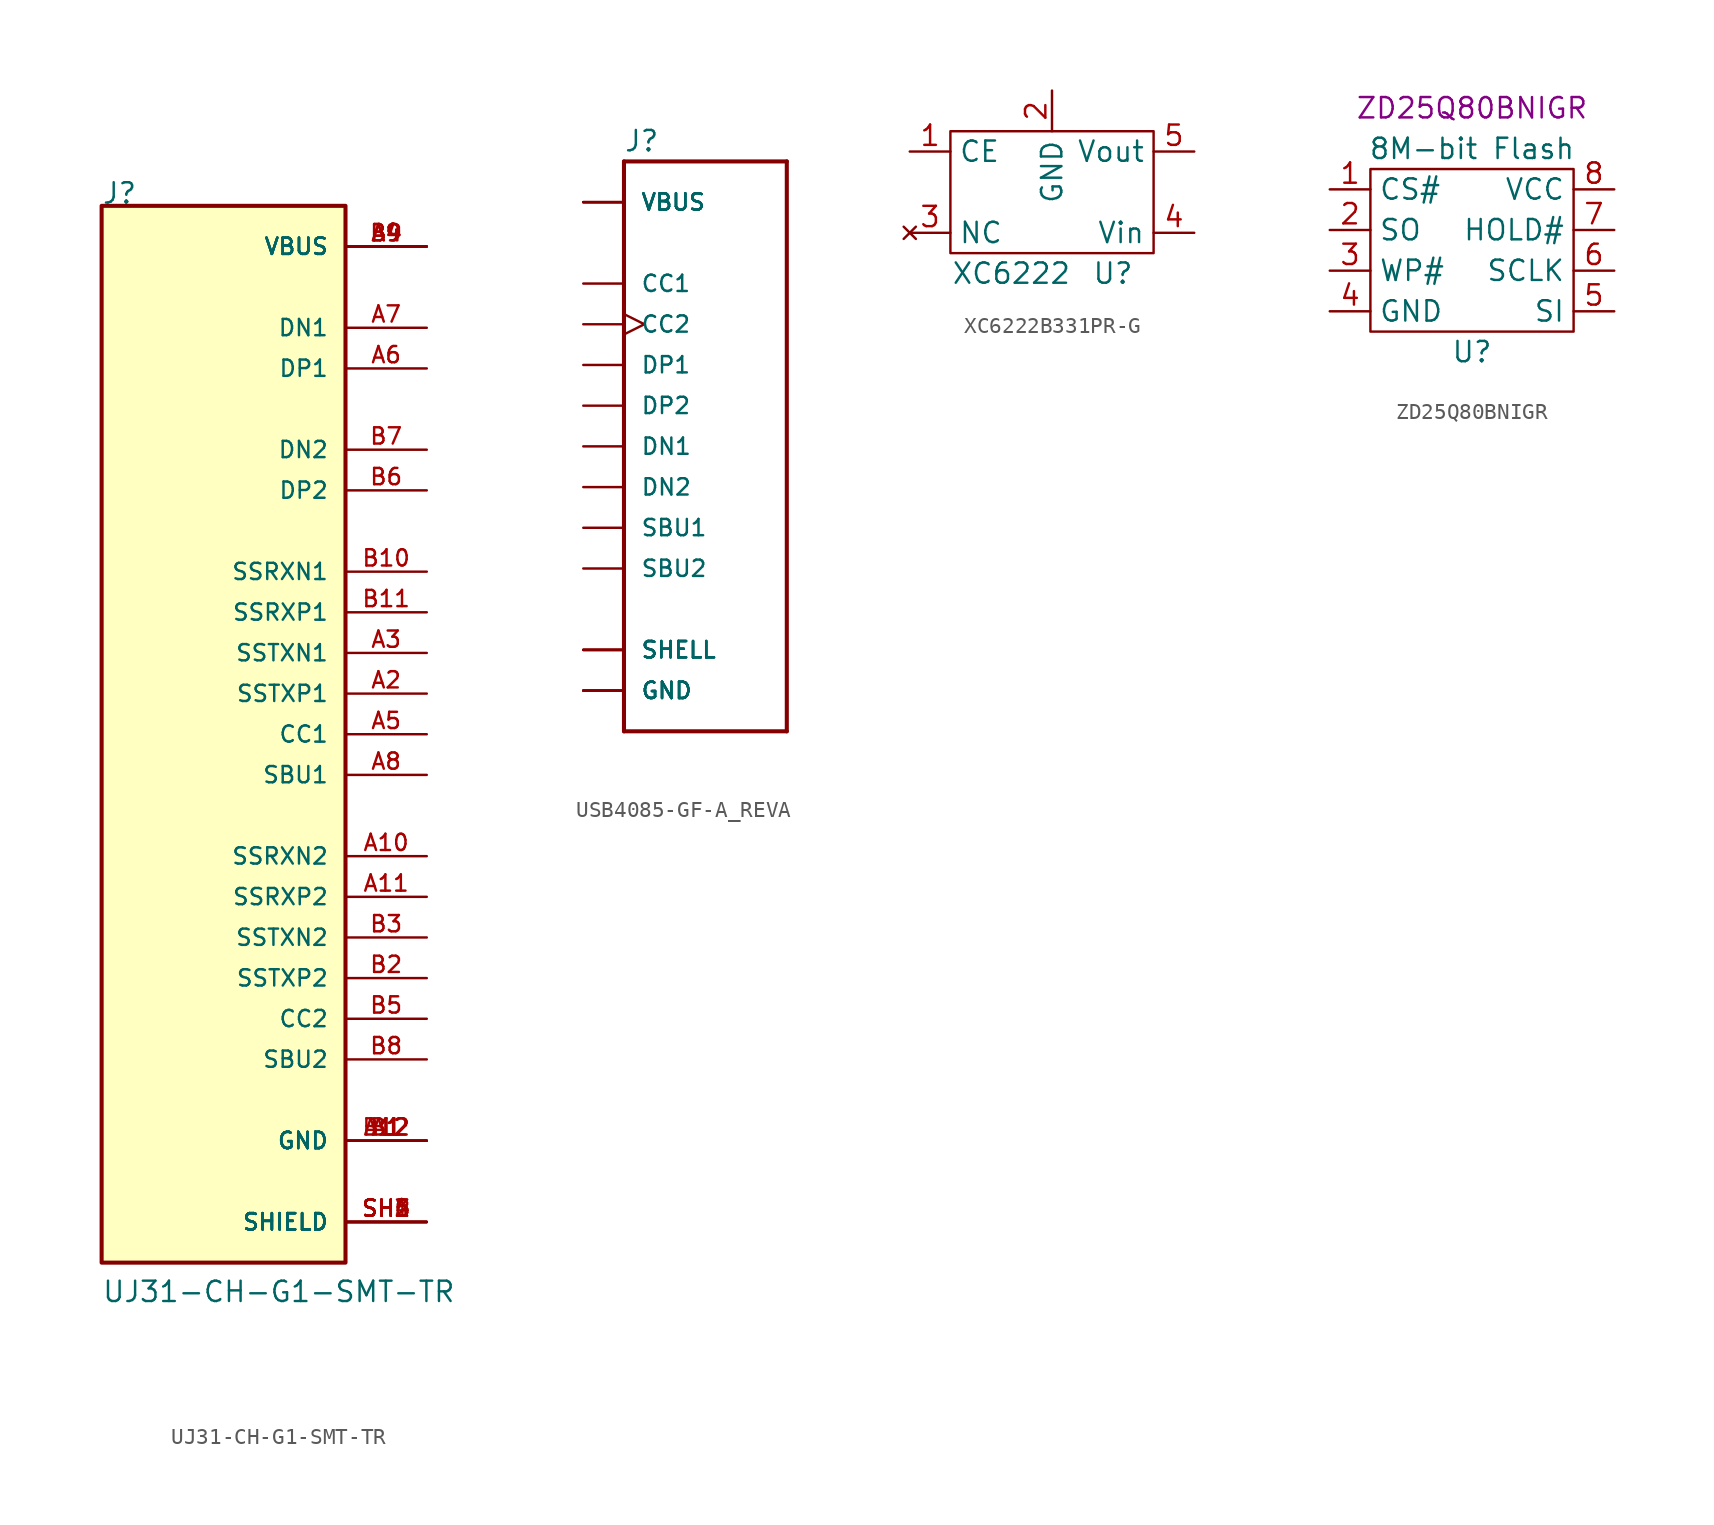
<source format=kicad_sym>
(kicad_symbol_lib
  (version 20231120)
  (generator "kicad_symbol_editor")
  (generator_version "8.0")
  (symbol "UJ31-CH-G1-SMT-TR"
    (pin_names
      (offset 1.016))
    (property "Reference" "J"
      (at -7.63 33.063 0)
      (effects (font (size 1.27 1.27)) (justify left bottom)))
    (property "Value" "UJ31-CH-G1-SMT-TR"
      (at -7.624 -35.581 0)
      (effects (font (size 1.27 1.27)) (justify left bottom)))
    (symbol "UJ31-CH-G1-SMT-TR_0_0"
      (rectangle (start -7.62 -33.02) (end 7.62 33.02) (stroke (width 0.254) (type default)) (fill (type background)))
      (pin power_in line (at 12.7 -25.4 180) (length 5.08) (name "GND" (effects (font (size 1.016 1.016)))) (number "A1" (effects (font (size 1.016 1.016)))))
      (pin bidirectional line (at 12.7 -7.62 180) (length 5.08) (name "SSRXN2" (effects (font (size 1.016 1.016)))) (number "A10" (effects (font (size 1.016 1.016)))))
      (pin bidirectional line (at 12.7 -10.16 180) (length 5.08) (name "SSRXP2" (effects (font (size 1.016 1.016)))) (number "A11" (effects (font (size 1.016 1.016)))))
      (pin power_in line (at 12.7 -25.4 180) (length 5.08) (name "GND" (effects (font (size 1.016 1.016)))) (number "A12" (effects (font (size 1.016 1.016)))))
      (pin bidirectional line (at 12.7 2.54 180) (length 5.08) (name "SSTXP1" (effects (font (size 1.016 1.016)))) (number "A2" (effects (font (size 1.016 1.016)))))
      (pin bidirectional line (at 12.7 5.08 180) (length 5.08) (name "SSTXN1" (effects (font (size 1.016 1.016)))) (number "A3" (effects (font (size 1.016 1.016)))))
      (pin power_in line (at 12.7 30.48 180) (length 5.08) (name "VBUS" (effects (font (size 1.016 1.016)))) (number "A4" (effects (font (size 1.016 1.016)))))
      (pin bidirectional line (at 12.7 0 180) (length 5.08) (name "CC1" (effects (font (size 1.016 1.016)))) (number "A5" (effects (font (size 1.016 1.016)))))
      (pin bidirectional line (at 12.7 22.86 180) (length 5.08) (name "DP1" (effects (font (size 1.016 1.016)))) (number "A6" (effects (font (size 1.016 1.016)))))
      (pin bidirectional line (at 12.7 25.4 180) (length 5.08) (name "DN1" (effects (font (size 1.016 1.016)))) (number "A7" (effects (font (size 1.016 1.016)))))
      (pin bidirectional line (at 12.7 -2.54 180) (length 5.08) (name "SBU1" (effects (font (size 1.016 1.016)))) (number "A8" (effects (font (size 1.016 1.016)))))
      (pin power_in line (at 12.7 30.48 180) (length 5.08) (name "VBUS" (effects (font (size 1.016 1.016)))) (number "A9" (effects (font (size 1.016 1.016)))))
      (pin power_in line (at 12.7 -25.4 180) (length 5.08) (name "GND" (effects (font (size 1.016 1.016)))) (number "B1" (effects (font (size 1.016 1.016)))))
      (pin bidirectional line (at 12.7 10.16 180) (length 5.08) (name "SSRXN1" (effects (font (size 1.016 1.016)))) (number "B10" (effects (font (size 1.016 1.016)))))
      (pin bidirectional line (at 12.7 7.62 180) (length 5.08) (name "SSRXP1" (effects (font (size 1.016 1.016)))) (number "B11" (effects (font (size 1.016 1.016)))))
      (pin power_in line (at 12.7 -25.4 180) (length 5.08) (name "GND" (effects (font (size 1.016 1.016)))) (number "B12" (effects (font (size 1.016 1.016)))))
      (pin bidirectional line (at 12.7 -15.24 180) (length 5.08) (name "SSTXP2" (effects (font (size 1.016 1.016)))) (number "B2" (effects (font (size 1.016 1.016)))))
      (pin bidirectional line (at 12.7 -12.7 180) (length 5.08) (name "SSTXN2" (effects (font (size 1.016 1.016)))) (number "B3" (effects (font (size 1.016 1.016)))))
      (pin power_in line (at 12.7 30.48 180) (length 5.08) (name "VBUS" (effects (font (size 1.016 1.016)))) (number "B4" (effects (font (size 1.016 1.016)))))
      (pin bidirectional line (at 12.7 -17.78 180) (length 5.08) (name "CC2" (effects (font (size 1.016 1.016)))) (number "B5" (effects (font (size 1.016 1.016)))))
      (pin bidirectional line (at 12.7 15.24 180) (length 5.08) (name "DP2" (effects (font (size 1.016 1.016)))) (number "B6" (effects (font (size 1.016 1.016)))))
      (pin bidirectional line (at 12.7 17.78 180) (length 5.08) (name "DN2" (effects (font (size 1.016 1.016)))) (number "B7" (effects (font (size 1.016 1.016)))))
      (pin bidirectional line (at 12.7 -20.32 180) (length 5.08) (name "SBU2" (effects (font (size 1.016 1.016)))) (number "B8" (effects (font (size 1.016 1.016)))))
      (pin power_in line (at 12.7 30.48 180) (length 5.08) (name "VBUS" (effects (font (size 1.016 1.016)))) (number "B9" (effects (font (size 1.016 1.016)))))
      (pin power_in line (at 12.7 -30.48 180) (length 5.08) (name "SHIELD" (effects (font (size 1.016 1.016)))) (number "SH1" (effects (font (size 1.016 1.016)))))
      (pin power_in line (at 12.7 -30.48 180) (length 5.08) (name "SHIELD" (effects (font (size 1.016 1.016)))) (number "SH2" (effects (font (size 1.016 1.016)))))
      (pin power_in line (at 12.7 -30.48 180) (length 5.08) (name "SHIELD" (effects (font (size 1.016 1.016)))) (number "SH3" (effects (font (size 1.016 1.016)))))
      (pin power_in line (at 12.7 -30.48 180) (length 5.08) (name "SHIELD" (effects (font (size 1.016 1.016)))) (number "SH4" (effects (font (size 1.016 1.016)))))
      (pin power_in line (at 12.7 -30.48 180) (length 5.08) (name "SHIELD" (effects (font (size 1.016 1.016)))) (number "SH5" (effects (font (size 1.016 1.016)))))
      (pin power_in line (at 12.7 -30.48 180) (length 5.08) (name "SHIELD" (effects (font (size 1.016 1.016)))) (number "SH6" (effects (font (size 1.016 1.016)))))))
  (symbol "USB4085-GF-A_REVA"
    (pin_numbers hide)
    (pin_names
      (offset 1.016))
    (property "Reference" "J"
      (at -5.105 18.313 0)
      (effects (font (size 1.27 1.27)) (justify left bottom)))
    (symbol "USB4085-GF-A_REVA_0_0"
      (polyline (pts (xy -5.08 -17.78) (xy -5.08 17.78)) (stroke (width 0.254) (type default)) (fill (type none)))
      (polyline (pts (xy -5.08 17.78) (xy 5.08 17.78)) (stroke (width 0.254) (type default)) (fill (type none)))
      (polyline (pts (xy 5.08 -17.78) (xy -5.08 -17.78)) (stroke (width 0.254) (type default)) (fill (type none)))
      (polyline (pts (xy 5.08 17.78) (xy 5.08 -17.78)) (stroke (width 0.254) (type default)) (fill (type none)))
      (pin passive line (at -7.62 -15.24 0) (length 2.54) (name "GND" (effects (font (size 1.016 1.016)))) (number "A1" (effects (font (size 1.016 1.016)))))
      (pin passive line (at -7.62 -15.24 0) (length 2.54) (name "GND" (effects (font (size 1.016 1.016)))) (number "A12" (effects (font (size 1.016 1.016)))))
      (pin power_in line (at -7.62 15.24 0) (length 2.54) (name "VBUS" (effects (font (size 1.016 1.016)))) (number "A4" (effects (font (size 1.016 1.016)))))
      (pin bidirectional line (at -7.62 10.16 0) (length 2.54) (name "CC1" (effects (font (size 1.016 1.016)))) (number "A5" (effects (font (size 1.016 1.016)))))
      (pin bidirectional line (at -7.62 5.08 0) (length 2.54) (name "DP1" (effects (font (size 1.016 1.016)))) (number "A6" (effects (font (size 1.016 1.016)))))
      (pin bidirectional line (at -7.62 0 0) (length 2.54) (name "DN1" (effects (font (size 1.016 1.016)))) (number "A7" (effects (font (size 1.016 1.016)))))
      (pin bidirectional line (at -7.62 -5.08 0) (length 2.54) (name "SBU1" (effects (font (size 1.016 1.016)))) (number "A8" (effects (font (size 1.016 1.016)))))
      (pin power_in line (at -7.62 15.24 0) (length 2.54) (name "VBUS" (effects (font (size 1.016 1.016)))) (number "A9" (effects (font (size 1.016 1.016)))))
      (pin passive line (at -7.62 -15.24 0) (length 2.54) (name "GND" (effects (font (size 1.016 1.016)))) (number "B1" (effects (font (size 1.016 1.016)))))
      (pin passive line (at -7.62 -15.24 0) (length 2.54) (name "GND" (effects (font (size 1.016 1.016)))) (number "B12" (effects (font (size 1.016 1.016)))))
      (pin power_in line (at -7.62 15.24 0) (length 2.54) (name "VBUS" (effects (font (size 1.016 1.016)))) (number "B4" (effects (font (size 1.016 1.016)))))
      (pin bidirectional clock (at -7.62 7.62 0) (length 2.54) (name "CC2" (effects (font (size 1.016 1.016)))) (number "B5" (effects (font (size 1.016 1.016)))))
      (pin bidirectional line (at -7.62 2.54 0) (length 2.54) (name "DP2" (effects (font (size 1.016 1.016)))) (number "B6" (effects (font (size 1.016 1.016)))))
      (pin bidirectional line (at -7.62 -2.54 0) (length 2.54) (name "DN2" (effects (font (size 1.016 1.016)))) (number "B7" (effects (font (size 1.016 1.016)))))
      (pin bidirectional line (at -7.62 -7.62 0) (length 2.54) (name "SBU2" (effects (font (size 1.016 1.016)))) (number "B8" (effects (font (size 1.016 1.016)))))
      (pin power_in line (at -7.62 15.24 0) (length 2.54) (name "VBUS" (effects (font (size 1.016 1.016)))) (number "B9" (effects (font (size 1.016 1.016)))))
      (pin passive line (at -7.62 -12.7 0) (length 2.54) (name "SHELL" (effects (font (size 1.016 1.016)))) (number "P1" (effects (font (size 1.016 1.016)))))
      (pin passive line (at -7.62 -12.7 0) (length 2.54) (name "SHELL" (effects (font (size 1.016 1.016)))) (number "P2" (effects (font (size 1.016 1.016)))))
      (pin passive line (at -7.62 -12.7 0) (length 2.54) (name "SHELL" (effects (font (size 1.016 1.016)))) (number "P3" (effects (font (size 1.016 1.016)))))
      (pin passive line (at -7.62 -12.7 0) (length 2.54) (name "SHELL" (effects (font (size 1.016 1.016)))) (number "P4" (effects (font (size 1.016 1.016)))))))
  (symbol "XC6222B331PR-G"
    (property "Reference" "U"
      (at 3.81 -5.08 0)
      (effects (font (size 1.27 1.27))))
    (property "Value" "XC6222"
      (at -2.54 -5.08 0)
      (effects (font (size 1.27 1.27))))
    (symbol "XC6222B331PR-G_0_1"
      (rectangle (start -6.35 3.81) (end 6.35 -3.81) (stroke (width 0) (type default)) (fill (type none))))
    (symbol "XC6222B331PR-G_1_1"
      (pin power_out line (at -8.89 2.54 0) (length 2.54) (name "CE" (effects (font (size 1.27 1.27)))) (number "1" (effects (font (size 1.27 1.27)))))
      (pin power_in line (at 0 6.35 270) (length 2.54) (name "GND" (effects (font (size 1.27 1.27)))) (number "2" (effects (font (size 1.27 1.27)))))
      (pin no_connect line (at -8.89 -2.54 0) (length 2.54) (name "NC" (effects (font (size 1.27 1.27)))) (number "3" (effects (font (size 1.27 1.27)))))
      (pin input line (at 8.89 -2.54 180) (length 2.54) (name "Vin" (effects (font (size 1.27 1.27)))) (number "4" (effects (font (size 1.27 1.27)))))
      (pin input line (at 8.89 2.54 180) (length 2.54) (name "Vout" (effects (font (size 1.27 1.27)))) (number "5" (effects (font (size 1.27 1.27)))))))
  (symbol "ZD25Q80BNIGR"
    (property "Reference" "U"
      (at 0 -6.35 0)
      (effects (font (size 1.27 1.27))))
    (property "Value" "8M-bit Flash"
      (at 0 6.35 0)
      (effects (font (size 1.27 1.27))))
    (property "MPN" "ZD25Q80BNIGR"
      (at 0 8.89 0)
      (effects (font (size 1.27 1.27))))
    (symbol "ZD25Q80BNIGR_0_1"
      (polyline (pts (xy -6.35 -5.08) (xy -6.35 5.08) (xy 6.35 5.08) (xy 6.35 -5.08) (xy -6.35 -5.08)) (stroke (width 0) (type default)) (fill (type none))))
    (symbol "ZD25Q80BNIGR_1_1"
      (pin input line (at -8.89 3.81 0) (length 2.54) (name "CS#" (effects (font (size 1.27 1.27)))) (number "1" (effects (font (size 1.27 1.27)))))
      (pin input line (at -8.89 1.27 0) (length 2.54) (name "SO" (effects (font (size 1.27 1.27)))) (number "2" (effects (font (size 1.27 1.27)))))
      (pin input line (at -8.89 -1.27 0) (length 2.54) (name "WP#" (effects (font (size 1.27 1.27)))) (number "3" (effects (font (size 1.27 1.27)))))
      (pin input line (at -8.89 -3.81 0) (length 2.54) (name "GND" (effects (font (size 1.27 1.27)))) (number "4" (effects (font (size 1.27 1.27)))))
      (pin input line (at 8.89 -3.81 180) (length 2.54) (name "SI" (effects (font (size 1.27 1.27)))) (number "5" (effects (font (size 1.27 1.27)))))
      (pin input line (at 8.89 -1.27 180) (length 2.54) (name "SCLK" (effects (font (size 1.27 1.27)))) (number "6" (effects (font (size 1.27 1.27)))))
      (pin input line (at 8.89 1.27 180) (length 2.54) (name "HOLD#" (effects (font (size 1.27 1.27)))) (number "7" (effects (font (size 1.27 1.27)))))
      (pin input line (at 8.89 3.81 180) (length 2.54) (name "VCC" (effects (font (size 1.27 1.27)))) (number "8" (effects (font (size 1.27 1.27))))))))
</source>
